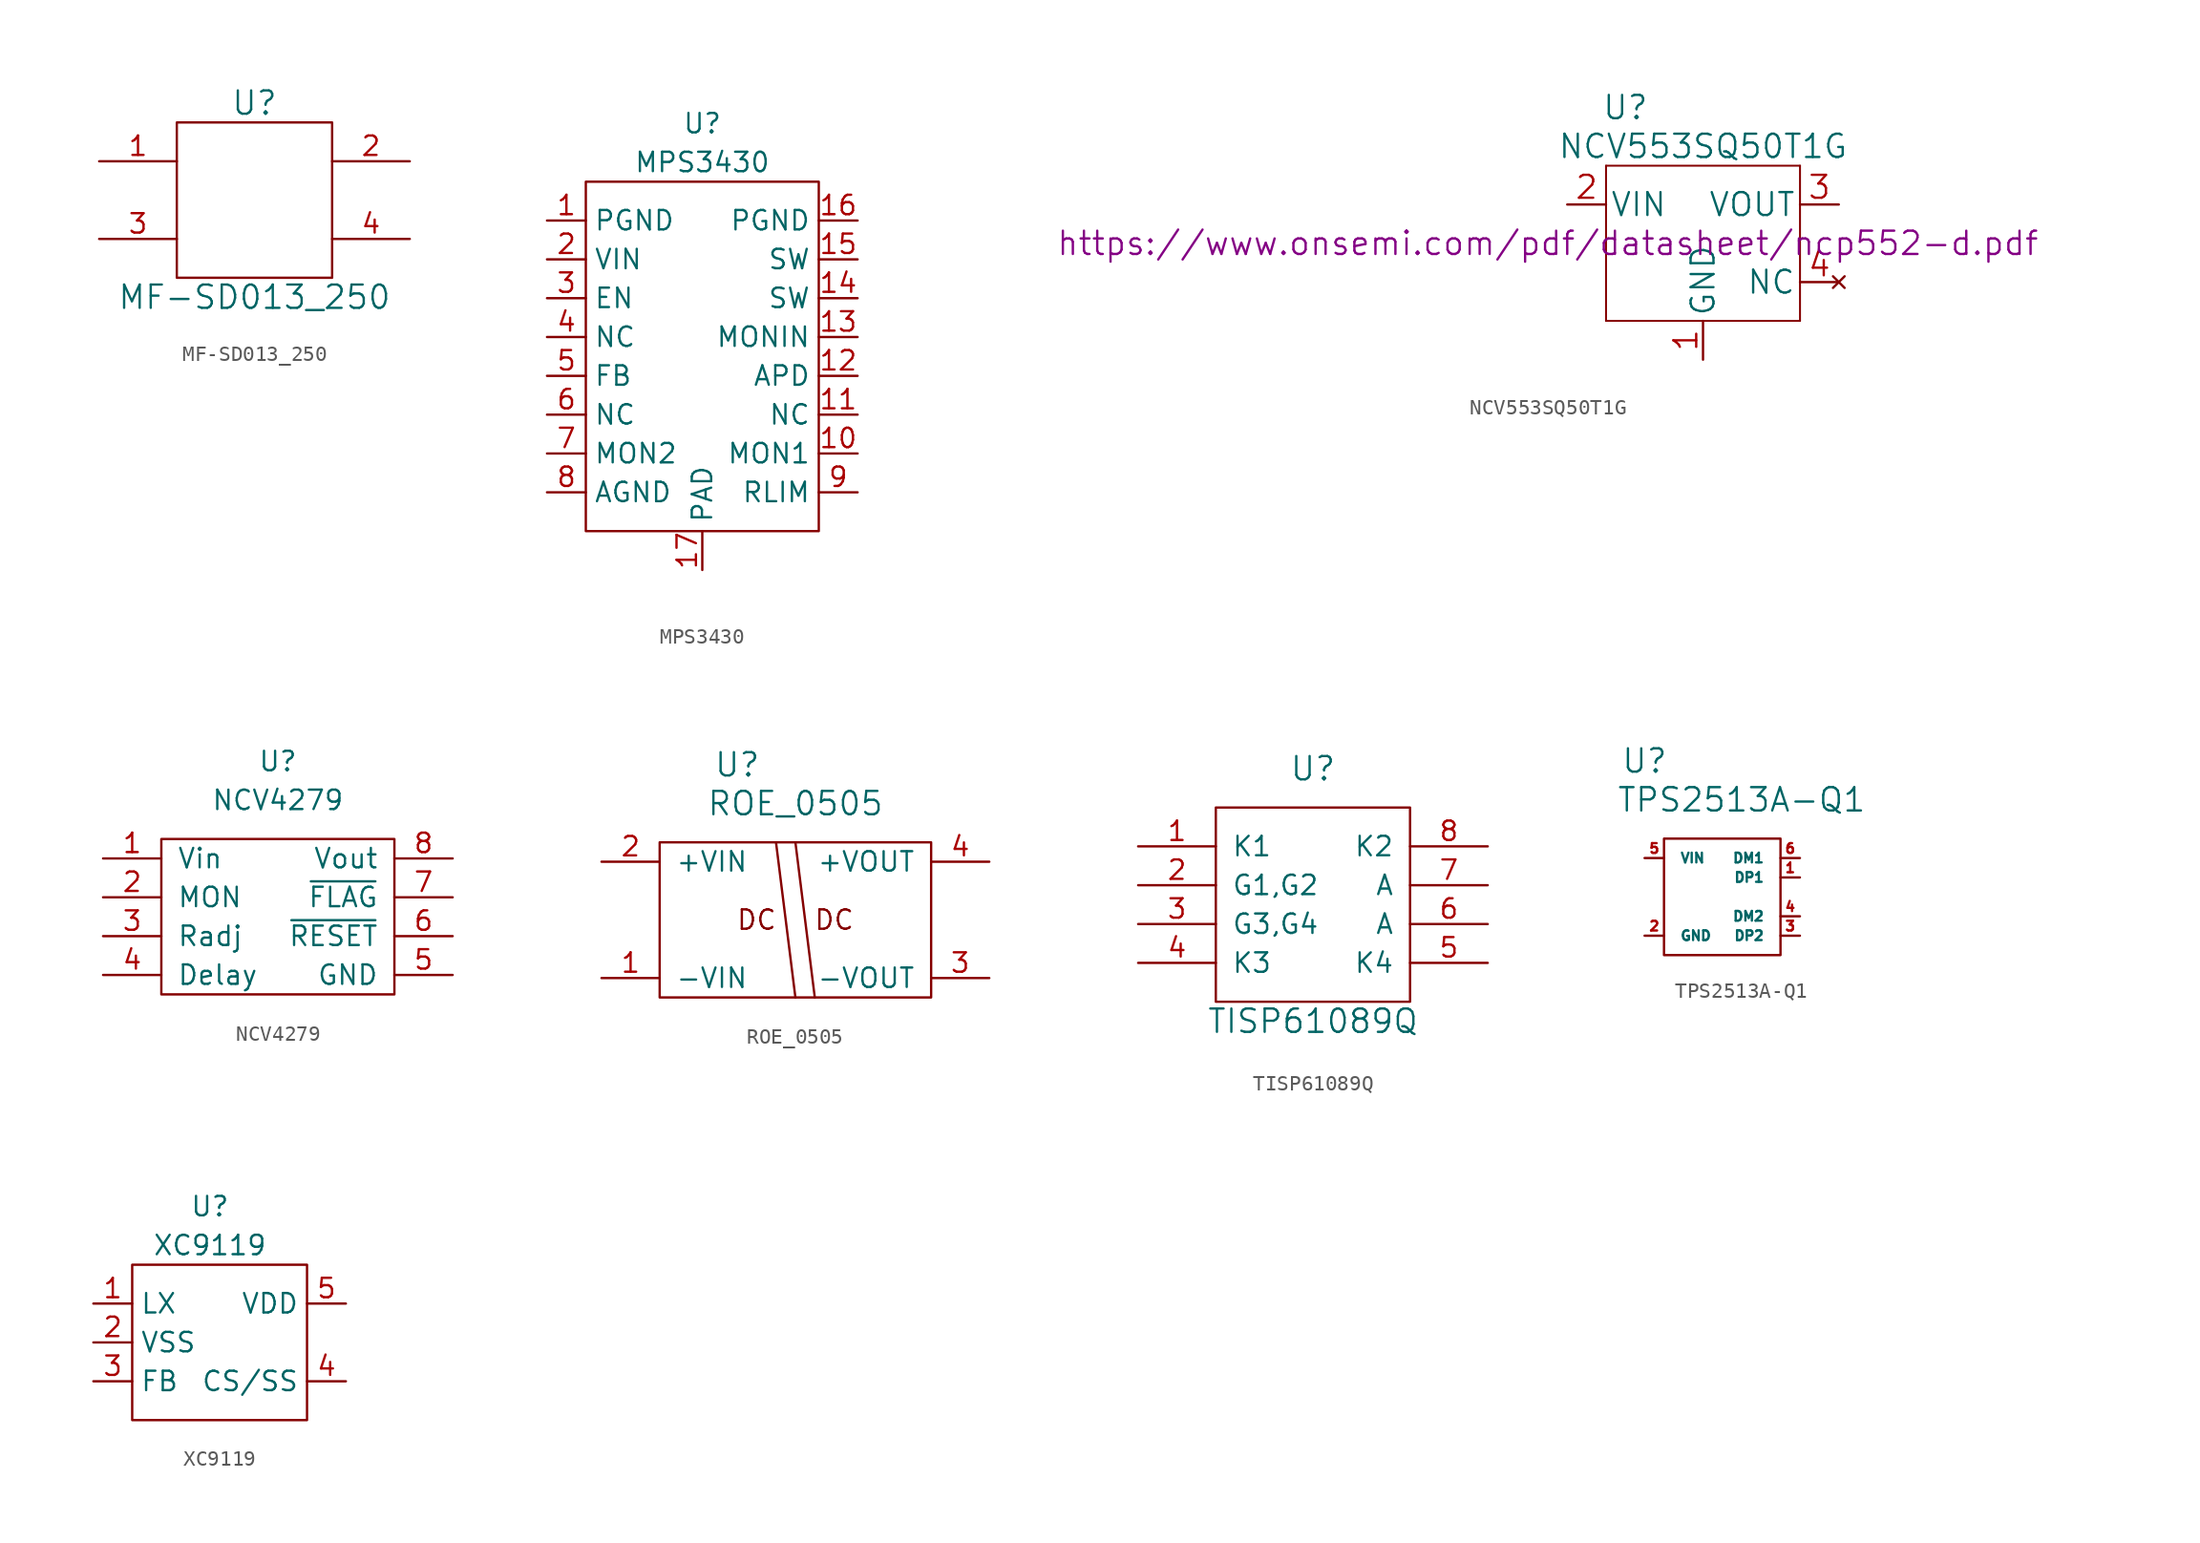
<source format=kicad_sym>
(kicad_symbol_lib
  (version 20231120)
  (generator "kicad_symbol_editor")
  (generator_version "8.0")
  (symbol "MF-SD013_250"
    (pin_names
      (offset 1.016))
    (property "Reference" "U"
      (at 0 6.35 0)
      (effects (font (size 1.524 1.524))))
    (property "Value" "MF-SD013_250"
      (at 0 -6.35 0)
      (effects (font (size 1.524 1.524))))
    (symbol "MF-SD013_250_0_1"
      (rectangle (start -5.08 5.08) (end 5.08 -5.08) (stroke (width 0) (type default)) (fill (type none))))
    (symbol "MF-SD013_250_1_1"
      (pin passive line (at -10.16 2.54 0) (length 5.08) (name "~" (effects (font (size 1.27 1.27)))) (number "1" (effects (font (size 1.27 1.27)))))
      (pin passive line (at 10.16 2.54 180) (length 5.08) (name "~" (effects (font (size 1.27 1.27)))) (number "2" (effects (font (size 1.27 1.27)))))
      (pin passive line (at -10.16 -2.54 0) (length 5.08) (name "~" (effects (font (size 1.27 1.27)))) (number "3" (effects (font (size 1.27 1.27)))))
      (pin passive line (at 10.16 -2.54 180) (length 5.08) (name "~" (effects (font (size 1.27 1.27)))) (number "4" (effects (font (size 1.27 1.27)))))))
  (symbol "MPS3430"
    (property "Reference" "U"
      (at 0 15.24 0)
      (effects (font (size 1.27 1.27))))
    (property "Value" "MPS3430"
      (at 0 12.7 0)
      (effects (font (size 1.27 1.27))))
    (symbol "MPS3430_0_1"
      (rectangle (start -7.62 11.43) (end 7.62 -11.43) (stroke (width 0.152) (type default)) (fill (type none))))
    (symbol "MPS3430_1_1"
      (pin input line (at -10.16 8.89 0) (length 2.54) (name "PGND" (effects (font (size 1.27 1.27)))) (number "1" (effects (font (size 1.27 1.27)))))
      (pin input line (at 10.16 -6.35 180) (length 2.54) (name "MON1" (effects (font (size 1.27 1.27)))) (number "10" (effects (font (size 1.27 1.27)))))
      (pin input line (at 10.16 -3.81 180) (length 2.54) (name "NC" (effects (font (size 1.27 1.27)))) (number "11" (effects (font (size 1.27 1.27)))))
      (pin input line (at 10.16 -1.27 180) (length 2.54) (name "APD" (effects (font (size 1.27 1.27)))) (number "12" (effects (font (size 1.27 1.27)))))
      (pin input line (at 10.16 1.27 180) (length 2.54) (name "MONIN" (effects (font (size 1.27 1.27)))) (number "13" (effects (font (size 1.27 1.27)))))
      (pin input line (at 10.16 3.81 180) (length 2.54) (name "SW" (effects (font (size 1.27 1.27)))) (number "14" (effects (font (size 1.27 1.27)))))
      (pin input line (at 10.16 6.35 180) (length 2.54) (name "SW" (effects (font (size 1.27 1.27)))) (number "15" (effects (font (size 1.27 1.27)))))
      (pin input line (at 10.16 8.89 180) (length 2.54) (name "PGND" (effects (font (size 1.27 1.27)))) (number "16" (effects (font (size 1.27 1.27)))))
      (pin input line (at 0 -13.97 90) (length 2.54) (name "PAD" (effects (font (size 1.27 1.27)))) (number "17" (effects (font (size 1.27 1.27)))))
      (pin input line (at -10.16 6.35 0) (length 2.54) (name "VIN" (effects (font (size 1.27 1.27)))) (number "2" (effects (font (size 1.27 1.27)))))
      (pin input line (at -10.16 3.81 0) (length 2.54) (name "EN" (effects (font (size 1.27 1.27)))) (number "3" (effects (font (size 1.27 1.27)))))
      (pin input line (at -10.16 1.27 0) (length 2.54) (name "NC" (effects (font (size 1.27 1.27)))) (number "4" (effects (font (size 1.27 1.27)))))
      (pin input line (at -10.16 -1.27 0) (length 2.54) (name "FB" (effects (font (size 1.27 1.27)))) (number "5" (effects (font (size 1.27 1.27)))))
      (pin input line (at -10.16 -3.81 0) (length 2.54) (name "NC" (effects (font (size 1.27 1.27)))) (number "6" (effects (font (size 1.27 1.27)))))
      (pin input line (at -10.16 -6.35 0) (length 2.54) (name "MON2" (effects (font (size 1.27 1.27)))) (number "7" (effects (font (size 1.27 1.27)))))
      (pin input line (at -10.16 -8.89 0) (length 2.54) (name "AGND" (effects (font (size 1.27 1.27)))) (number "8" (effects (font (size 1.27 1.27)))))
      (pin input line (at 10.16 -8.89 180) (length 2.54) (name "RLIM" (effects (font (size 1.27 1.27)))) (number "9" (effects (font (size 1.27 1.27)))))))
  (symbol "NCV553SQ50T1G"
    (pin_names
      (offset 0.254))
    (property "Reference" "U"
      (at -5.08 8.89 0)
      (effects (font (size 1.524 1.524))))
    (property "Value" "NCV553SQ50T1G"
      (at 0 6.35 0)
      (effects (font (size 1.524 1.524))))
    (property "Datasheet" "https://www.onsemi.com/pdf/datasheet/ncp552-d.pdf"
      (at -10.16 0 0)
      (effects (font (size 1.524 1.524))))
    (symbol "NCV553SQ50T1G_1_1"
      (polyline (pts (xy -6.35 -5.08) (xy 6.35 -5.08)) (stroke (width 0.127) (type default)) (fill (type none)))
      (polyline (pts (xy -6.35 5.08) (xy -6.35 -5.08)) (stroke (width 0.127) (type default)) (fill (type none)))
      (polyline (pts (xy 6.35 -5.08) (xy 6.35 5.08)) (stroke (width 0.127) (type default)) (fill (type none)))
      (polyline (pts (xy 6.35 5.08) (xy -6.35 5.08)) (stroke (width 0.127) (type default)) (fill (type none)))
      (pin power_in line (at 0 -7.62 90) (length 2.54) (name "GND" (effects (font (size 1.499 1.499)))) (number "1" (effects (font (size 1.499 1.499)))))
      (pin input line (at -8.89 2.54 0) (length 2.54) (name "VIN" (effects (font (size 1.499 1.499)))) (number "2" (effects (font (size 1.499 1.499)))))
      (pin output line (at 8.89 2.54 180) (length 2.54) (name "VOUT" (effects (font (size 1.499 1.499)))) (number "3" (effects (font (size 1.499 1.499)))))
      (pin no_connect line (at 8.89 -2.54 180) (length 2.54) (name "NC" (effects (font (size 1.499 1.499)))) (number "4" (effects (font (size 1.499 1.499)))))))
  (symbol "NCV4279"
    (pin_names
      (offset 1.016))
    (property "Reference" "U"
      (at 0 10.16 0)
      (effects (font (size 1.27 1.27))))
    (property "Value" "NCV4279"
      (at 0 7.62 0)
      (effects (font (size 1.27 1.27))))
    (symbol "NCV4279_0_1"
      (rectangle (start -7.62 5.08) (end 7.62 -5.08) (stroke (width 0) (type default)) (fill (type none))))
    (symbol "NCV4279_1_1"
      (pin input line (at -11.43 3.81 0) (length 3.81) (name "Vin" (effects (font (size 1.27 1.27)))) (number "1" (effects (font (size 1.27 1.27)))))
      (pin input line (at -11.43 1.27 0) (length 3.81) (name "MON" (effects (font (size 1.27 1.27)))) (number "2" (effects (font (size 1.27 1.27)))))
      (pin input line (at -11.43 -1.27 0) (length 3.81) (name "Radj" (effects (font (size 1.27 1.27)))) (number "3" (effects (font (size 1.27 1.27)))))
      (pin input line (at -11.43 -3.81 0) (length 3.81) (name "Delay" (effects (font (size 1.27 1.27)))) (number "4" (effects (font (size 1.27 1.27)))))
      (pin input line (at 11.43 -3.81 180) (length 3.81) (name "GND" (effects (font (size 1.27 1.27)))) (number "5" (effects (font (size 1.27 1.27)))))
      (pin input line (at 11.43 -1.27 180) (length 3.81) (name "~{RESET}" (effects (font (size 1.27 1.27)))) (number "6" (effects (font (size 1.27 1.27)))))
      (pin input line (at 11.43 1.27 180) (length 3.81) (name "~{FLAG}" (effects (font (size 1.27 1.27)))) (number "7" (effects (font (size 1.27 1.27)))))
      (pin input line (at 11.43 3.81 180) (length 3.81) (name "Vout" (effects (font (size 1.27 1.27)))) (number "8" (effects (font (size 1.27 1.27)))))))
  (symbol "ROE_0505"
    (pin_names
      (offset 1.016))
    (property "Reference" "U"
      (at -3.81 10.16 0)
      (effects (font (size 1.524 1.524))))
    (property "Value" "ROE_0505"
      (at 0 7.62 0)
      (effects (font (size 1.524 1.524))))
    (symbol "ROE_0505_0_0"
      (text "DC" (at -2.54 0 0) (effects (font (size 1.27 1.27))))
      (text "DC" (at 2.54 0 0) (effects (font (size 1.27 1.27)))))
    (symbol "ROE_0505_0_1"
      (rectangle (start -8.89 5.08) (end 8.89 -5.08) (stroke (width 0) (type default)) (fill (type none)))
      (polyline (pts (xy -1.27 5.08) (xy 0 -5.08)) (stroke (width 0) (type default)) (fill (type none)))
      (polyline (pts (xy 0 5.08) (xy 1.27 -5.08)) (stroke (width 0) (type default)) (fill (type none))))
    (symbol "ROE_0505_1_1"
      (pin passive line (at -12.7 -3.81 0) (length 3.81) (name "-VIN" (effects (font (size 1.27 1.27)))) (number "1" (effects (font (size 1.27 1.27)))))
      (pin passive line (at -12.7 3.81 0) (length 3.81) (name "+VIN" (effects (font (size 1.27 1.27)))) (number "2" (effects (font (size 1.27 1.27)))))
      (pin passive line (at 12.7 -3.81 180) (length 3.81) (name "-VOUT" (effects (font (size 1.27 1.27)))) (number "3" (effects (font (size 1.27 1.27)))))
      (pin passive line (at 12.7 3.81 180) (length 3.81) (name "+VOUT" (effects (font (size 1.27 1.27)))) (number "4" (effects (font (size 1.27 1.27)))))))
  (symbol "TISP61089Q"
    (pin_names
      (offset 1.016))
    (property "Reference" "U"
      (at 0 8.89 0)
      (effects (font (size 1.524 1.524))))
    (property "Value" "TISP61089Q"
      (at 0 -7.62 0)
      (effects (font (size 1.524 1.524))))
    (symbol "TISP61089Q_0_1"
      (rectangle (start -6.35 6.35) (end 6.35 -6.35) (stroke (width 0) (type default)) (fill (type none))))
    (symbol "TISP61089Q_1_1"
      (pin passive line (at -11.43 3.81 0) (length 5.08) (name "K1" (effects (font (size 1.27 1.27)))) (number "1" (effects (font (size 1.27 1.27)))))
      (pin passive line (at -11.43 1.27 0) (length 5.08) (name "G1,G2" (effects (font (size 1.27 1.27)))) (number "2" (effects (font (size 1.27 1.27)))))
      (pin passive line (at -11.43 -1.27 0) (length 5.08) (name "G3,G4" (effects (font (size 1.27 1.27)))) (number "3" (effects (font (size 1.27 1.27)))))
      (pin passive line (at -11.43 -3.81 0) (length 5.08) (name "K3" (effects (font (size 1.27 1.27)))) (number "4" (effects (font (size 1.27 1.27)))))
      (pin passive line (at 11.43 -3.81 180) (length 5.08) (name "K4" (effects (font (size 1.27 1.27)))) (number "5" (effects (font (size 1.27 1.27)))))
      (pin passive line (at 11.43 -1.27 180) (length 5.08) (name "A" (effects (font (size 1.27 1.27)))) (number "6" (effects (font (size 1.27 1.27)))))
      (pin passive line (at 11.43 1.27 180) (length 5.08) (name "A" (effects (font (size 1.27 1.27)))) (number "7" (effects (font (size 1.27 1.27)))))
      (pin passive line (at 11.43 3.81 180) (length 5.08) (name "K2" (effects (font (size 1.27 1.27)))) (number "8" (effects (font (size 1.27 1.27)))))))
  (symbol "TPS2513A-Q1"
    (pin_names
      (offset 1.016))
    (property "Reference" "U"
      (at -5.08 8.89 0)
      (effects (font (size 1.524 1.524))))
    (property "Value" "TPS2513A-Q1"
      (at 1.27 6.35 0)
      (effects (font (size 1.524 1.524))))
    (property "Footprint" ""
      (at -3.81 1.27 0)
      (effects (font (size 1.524 1.524))))
    (property "Datasheet" ""
      (at -3.81 1.27 0)
      (effects (font (size 1.524 1.524))))
    (symbol "TPS2513A-Q1_0_0"
      (rectangle (start -3.81 -3.81) (end 3.81 3.81) (stroke (width 0) (type default)) (fill (type none))))
    (symbol "TPS2513A-Q1_1_1"
      (pin input line (at 5.08 1.27 180) (length 1.27) (name "DP1" (effects (font (size 0.635 0.635)))) (number "1" (effects (font (size 0.635 0.635)))))
      (pin input line (at -5.08 -2.54 0) (length 1.27) (name "GND" (effects (font (size 0.635 0.635)))) (number "2" (effects (font (size 0.635 0.635)))))
      (pin input line (at 5.08 -2.54 180) (length 1.27) (name "DP2" (effects (font (size 0.635 0.635)))) (number "3" (effects (font (size 0.635 0.635)))))
      (pin input line (at 5.08 -1.27 180) (length 1.27) (name "DM2" (effects (font (size 0.635 0.635)))) (number "4" (effects (font (size 0.635 0.635)))))
      (pin input line (at -5.08 2.54 0) (length 1.27) (name "VIN" (effects (font (size 0.635 0.635)))) (number "5" (effects (font (size 0.635 0.635)))))
      (pin input line (at 5.08 2.54 180) (length 1.27) (name "DM1" (effects (font (size 0.635 0.635)))) (number "6" (effects (font (size 0.635 0.635)))))))
  (symbol "XC9119"
    (property "Reference" "U"
      (at 0 8.89 0)
      (effects (font (size 1.27 1.27))))
    (property "Value" "XC9119"
      (at 0 6.35 0)
      (effects (font (size 1.27 1.27))))
    (symbol "XC9119_0_1"
      (rectangle (start -5.08 5.08) (end 6.35 -5.08) (stroke (width 0.152) (type default)) (fill (type none))))
    (symbol "XC9119_1_1"
      (pin input line (at -7.62 2.54 0) (length 2.54) (name "LX" (effects (font (size 1.27 1.27)))) (number "1" (effects (font (size 1.27 1.27)))))
      (pin input line (at -7.62 0 0) (length 2.54) (name "VSS" (effects (font (size 1.27 1.27)))) (number "2" (effects (font (size 1.27 1.27)))))
      (pin input line (at -7.62 -2.54 0) (length 2.54) (name "FB" (effects (font (size 1.27 1.27)))) (number "3" (effects (font (size 1.27 1.27)))))
      (pin input line (at 8.89 -2.54 180) (length 2.54) (name "CS/SS" (effects (font (size 1.27 1.27)))) (number "4" (effects (font (size 1.27 1.27)))))
      (pin input line (at 8.89 2.54 180) (length 2.54) (name "VDD" (effects (font (size 1.27 1.27)))) (number "5" (effects (font (size 1.27 1.27))))))))
</source>
